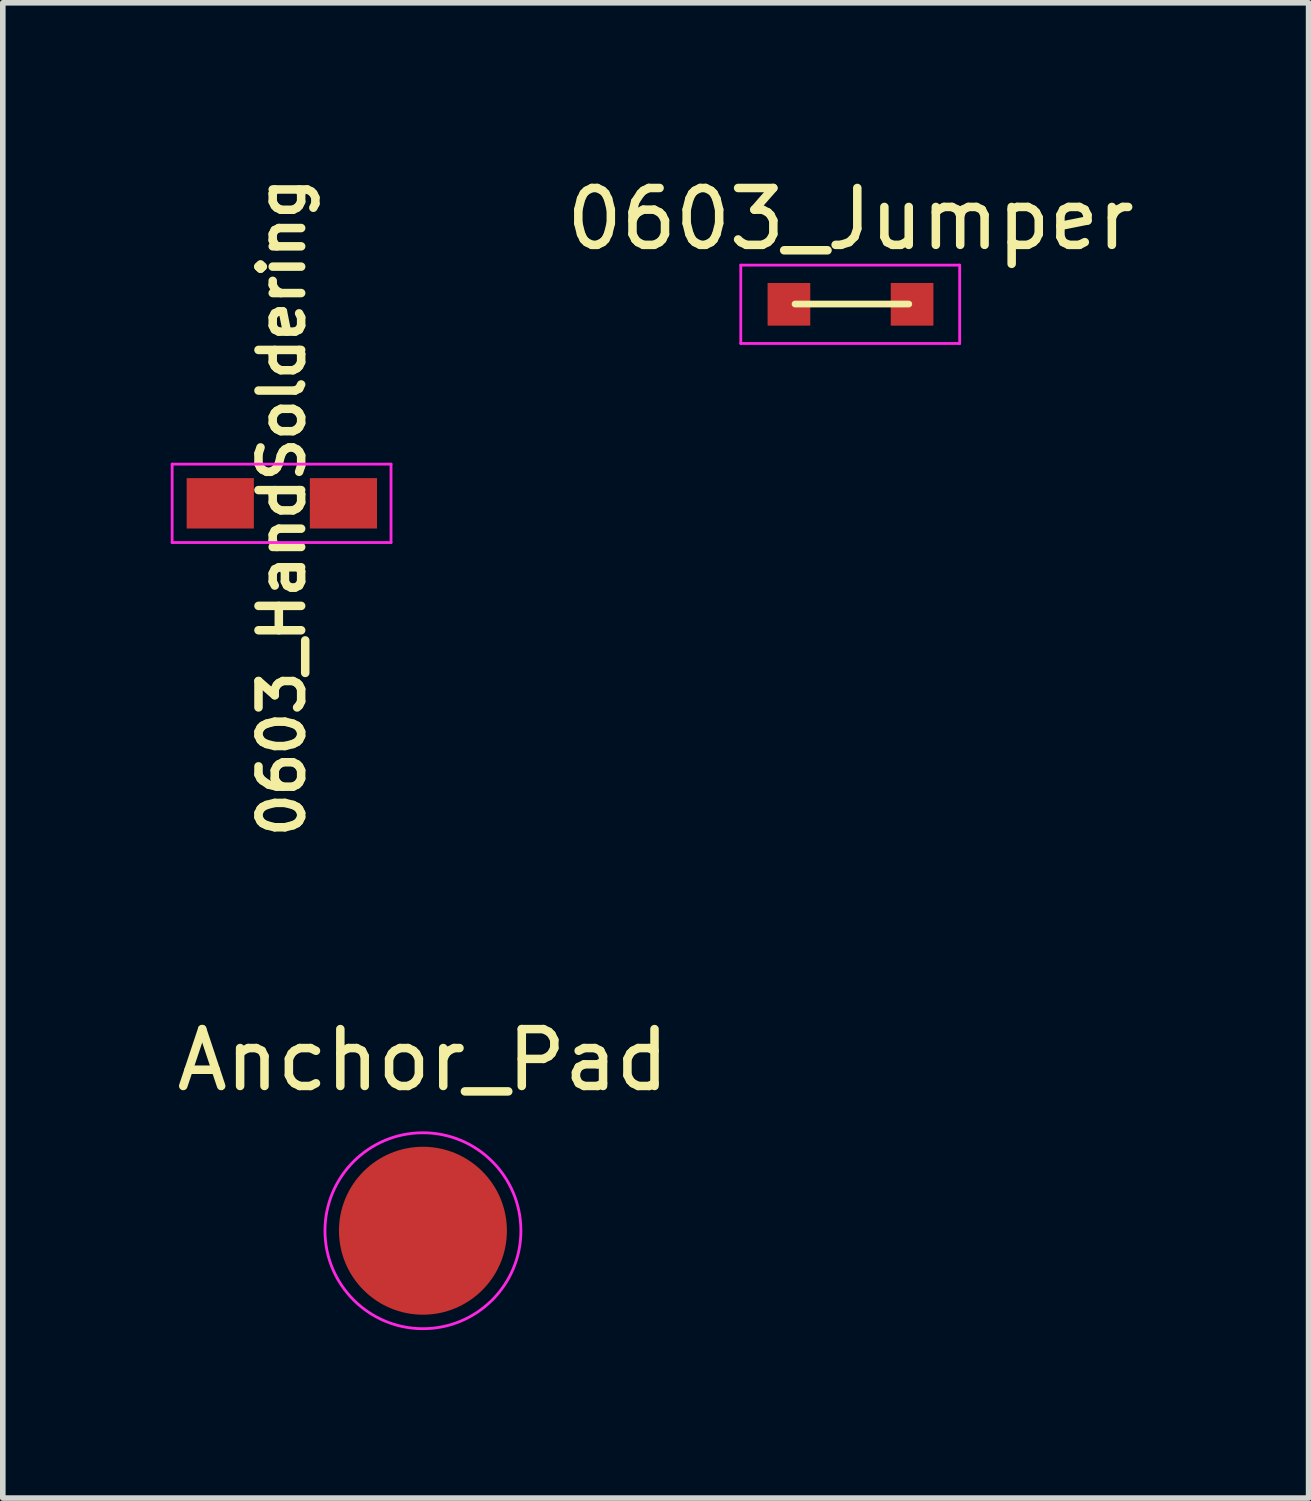
<source format=kicad_pcb>
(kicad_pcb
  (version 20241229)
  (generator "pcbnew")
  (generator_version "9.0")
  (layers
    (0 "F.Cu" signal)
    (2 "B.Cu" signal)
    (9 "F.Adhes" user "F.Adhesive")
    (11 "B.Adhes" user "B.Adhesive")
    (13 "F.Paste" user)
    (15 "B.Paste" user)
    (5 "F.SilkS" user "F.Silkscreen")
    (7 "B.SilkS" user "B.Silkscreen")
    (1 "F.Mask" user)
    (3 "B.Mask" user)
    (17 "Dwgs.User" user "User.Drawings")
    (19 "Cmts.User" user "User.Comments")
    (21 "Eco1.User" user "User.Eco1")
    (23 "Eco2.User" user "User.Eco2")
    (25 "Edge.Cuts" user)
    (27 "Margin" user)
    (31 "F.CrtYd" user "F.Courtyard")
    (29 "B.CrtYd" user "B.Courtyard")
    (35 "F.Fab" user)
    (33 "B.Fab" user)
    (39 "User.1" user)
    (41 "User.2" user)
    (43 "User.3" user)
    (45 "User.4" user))
  (footprint "Anchor_Pad"
    (layer "F.Cu")
    (at 4.505 18.935)
    (property "Reference" "Anchor_Pad" (at 0 -3.048 0) (layer "F.SilkS") (effects (font (size 1.016 1.016) (thickness 0.152))))
    (attr exclude_from_pos_files exclude_from_bom)
    (fp_circle (center 0 0) (end 1.75 0) (stroke (width 0.05) (type solid)) (fill no) (layer "F.CrtYd"))
    (pad "1" smd circle (at 0 0) (size 3 3) (layers "F.Cu" "F.Mask")))
  (footprint "0603_Jumper"
    (layer "F.Cu")
    (at 12.143 2.386)
    (property "Reference" "0603_Jumper" (at 0 -1.524 0) (layer "F.SilkS") (effects (font (size 1.016 1.016) (thickness 0.152))))
    (attr smd)
    (fp_line (start -0.991 -0.005) (end 1.041 -0.005) (stroke (width 0.12) (type solid)) (layer "F.SilkS"))
    (fp_line (start -1.96 -0.7) (end -1.96 0.7) (stroke (width 0.05) (type solid)) (layer "F.CrtYd"))
    (fp_line (start -1.96 -0.7) (end 1.95 -0.7) (stroke (width 0.05) (type solid)) (layer "F.CrtYd"))
    (fp_line (start 1.95 0.7) (end -1.96 0.7) (stroke (width 0.05) (type solid)) (layer "F.CrtYd"))
    (fp_line (start 1.95 0.7) (end 1.95 -0.7) (stroke (width 0.05) (type solid)) (layer "F.CrtYd"))
    (pad "1" smd rect (at -1.1 0) (size 0.762 0.762) (layers "F.Cu" "F.Mask" "F.Paste"))
    (pad "2" smd rect (at 1.1 0) (size 0.762 0.762) (layers "F.Cu" "F.Mask" "F.Paste")))
  (footprint "0603_HandSoldering"
    (layer "F.Cu")
    (at 1.985 5.941)
    (property "Reference" "0603_HandSoldering" (at 0 0.072 90) (layer "F.SilkS") (effects (font (size 0.762 0.762) (thickness 0.152))))
    (attr smd)
    (fp_line (start -1.96 -0.7) (end -1.96 0.7) (stroke (width 0.05) (type solid)) (layer "F.CrtYd"))
    (fp_line (start -1.96 -0.7) (end 1.95 -0.7) (stroke (width 0.05) (type solid)) (layer "F.CrtYd"))
    (fp_line (start 1.95 0.7) (end -1.96 0.7) (stroke (width 0.05) (type solid)) (layer "F.CrtYd"))
    (fp_line (start 1.95 0.7) (end 1.95 -0.7) (stroke (width 0.05) (type solid)) (layer "F.CrtYd"))
    (pad "1" smd rect (at -1.1 0) (size 1.2 0.9) (layers "F.Cu" "F.Mask"))
    (pad "2" smd rect (at 1.1 0) (size 1.2 0.9) (layers "F.Cu" "F.Mask")))
  (gr_rect
    (start -3 -3)
    (end 20.326 23.71)
    (stroke (width 0.1) (type default))
    (fill no)
    (layer "Edge.Cuts")))
</source>
